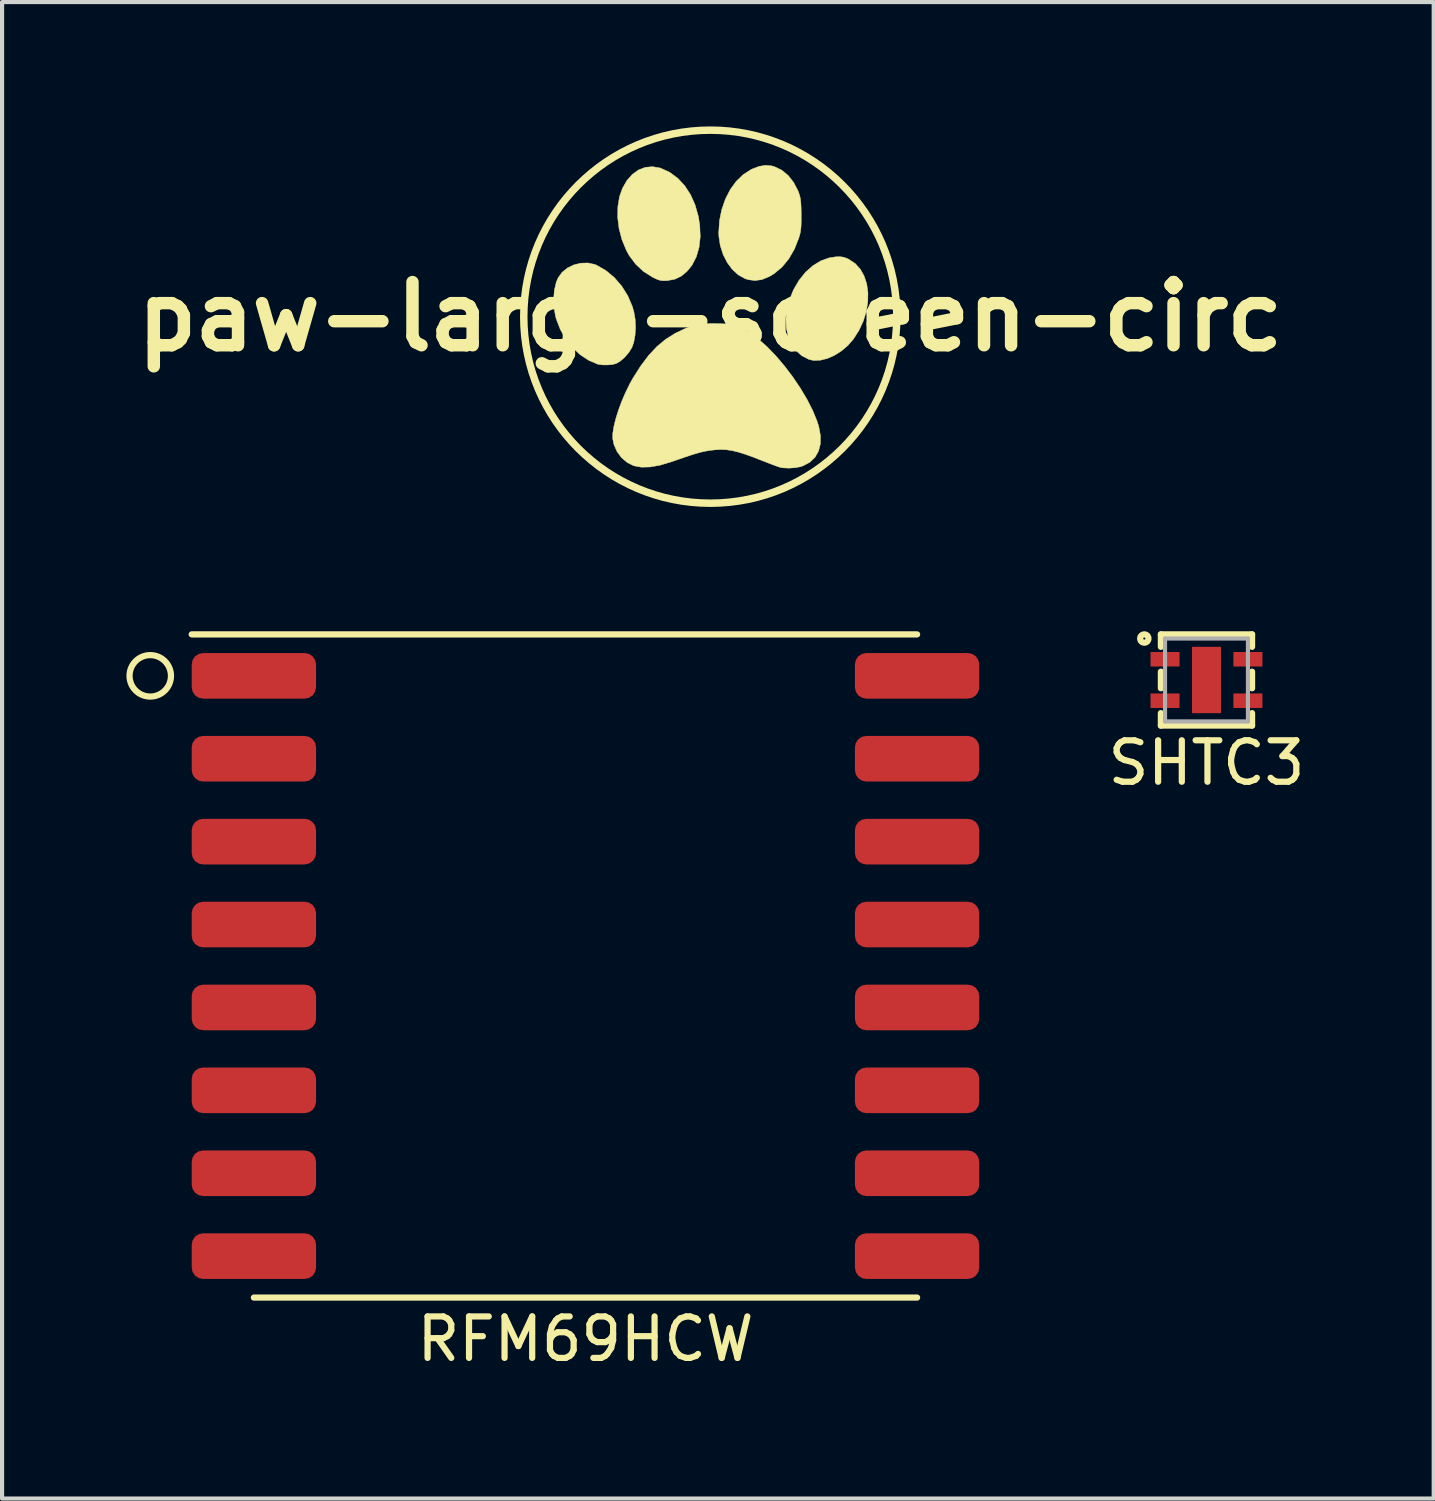
<source format=kicad_pcb>
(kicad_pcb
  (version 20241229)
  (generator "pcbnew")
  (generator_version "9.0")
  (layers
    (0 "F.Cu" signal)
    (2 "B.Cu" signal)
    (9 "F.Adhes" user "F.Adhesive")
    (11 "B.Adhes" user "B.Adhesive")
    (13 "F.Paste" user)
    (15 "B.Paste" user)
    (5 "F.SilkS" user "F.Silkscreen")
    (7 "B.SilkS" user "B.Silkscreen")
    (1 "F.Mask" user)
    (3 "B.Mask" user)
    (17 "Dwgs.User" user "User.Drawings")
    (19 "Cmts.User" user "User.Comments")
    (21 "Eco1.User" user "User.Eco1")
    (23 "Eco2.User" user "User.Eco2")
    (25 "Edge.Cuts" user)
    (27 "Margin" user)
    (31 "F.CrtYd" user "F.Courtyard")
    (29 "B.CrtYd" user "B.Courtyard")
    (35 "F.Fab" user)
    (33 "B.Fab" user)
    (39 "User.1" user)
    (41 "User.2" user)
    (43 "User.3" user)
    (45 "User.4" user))
  (footprint "paw-large-screen-circ"
    (layer "F.Cu")
    (at 14.086 4.59)
    (property "Reference" "paw-large-screen-circ" (at 0 0 0) (layer "F.SilkS") (effects (font (size 1.524 1.524) (thickness 0.3))))
    (attr through_hole)
    (fp_circle (center 0 0) (end -4.5 0) (stroke (width 0.18) (type solid)) (fill no) (layer "F.SilkS"))
    (fp_poly (pts (xy 3.215 -1.435) (xy 3.294 -1.407) (xy 3.339 -1.386) (xy 3.495 -1.283) (xy 3.62 -1.145) (xy 3.713 -0.978) (xy 3.775 -0.787) (xy 3.804 -0.578) (xy 3.8 -0.357) (xy 3.764 -0.129) (xy 3.694 0.101) (xy 3.59 0.326) (xy 3.454 0.54) (xy 3.32 0.694) (xy 3.164 0.827) (xy 2.996 0.933) (xy 2.823 1.009) (xy 2.653 1.051) (xy 2.494 1.057) (xy 2.38 1.031) (xy 2.208 0.943) (xy 2.066 0.817) (xy 1.956 0.66) (xy 1.879 0.477) (xy 1.835 0.271) (xy 1.826 0.048) (xy 1.853 -0.186) (xy 1.918 -0.428) (xy 2.007 -0.648) (xy 2.139 -0.875) (xy 2.295 -1.07) (xy 2.472 -1.228) (xy 2.664 -1.346) (xy 2.868 -1.419) (xy 3.029 -1.444) (xy 3.135 -1.446) (xy 3.215 -1.435)) (stroke (width 0.01) (type solid)) (fill yes) (layer "F.SilkS"))
    (fp_poly (pts (xy -1.213 -3.588) (xy -1.195 -3.582) (xy -0.979 -3.483) (xy -0.786 -3.341) (xy -0.617 -3.16) (xy -0.476 -2.943) (xy -0.366 -2.696) (xy -0.288 -2.42) (xy -0.254 -2.205) (xy -0.242 -1.931) (xy -0.27 -1.676) (xy -0.336 -1.446) (xy -0.439 -1.244) (xy -0.556 -1.099) (xy -0.698 -0.979) (xy -0.854 -0.904) (xy -1.032 -0.871) (xy -1.041 -0.87) (xy -1.128 -0.867) (xy -1.196 -0.873) (xy -1.264 -0.893) (xy -1.349 -0.931) (xy -1.396 -0.955) (xy -1.613 -1.092) (xy -1.802 -1.269) (xy -1.96 -1.481) (xy -2.025 -1.6) (xy -2.131 -1.858) (xy -2.201 -2.125) (xy -2.234 -2.393) (xy -2.23 -2.653) (xy -2.19 -2.896) (xy -2.12 -3.095) (xy -2.012 -3.284) (xy -1.881 -3.433) (xy -1.732 -3.54) (xy -1.568 -3.603) (xy -1.394 -3.619) (xy -1.213 -3.588)) (stroke (width 0.01) (type solid)) (fill yes) (layer "F.SilkS"))
    (fp_poly (pts (xy -2.788 -1.261) (xy -2.746 -1.244) (xy -2.519 -1.114) (xy -2.314 -0.943) (xy -2.136 -0.737) (xy -1.99 -0.503) (xy -1.881 -0.248) (xy -1.841 -0.108) (xy -1.811 0.071) (xy -1.803 0.262) (xy -1.815 0.45) (xy -1.846 0.619) (xy -1.889 0.74) (xy -1.964 0.863) (xy -2.065 0.98) (xy -2.176 1.076) (xy -2.274 1.132) (xy -2.359 1.154) (xy -2.472 1.164) (xy -2.59 1.164) (xy -2.693 1.151) (xy -2.718 1.145) (xy -2.936 1.052) (xy -3.141 0.916) (xy -3.327 0.741) (xy -3.489 0.536) (xy -3.62 0.305) (xy -3.716 0.056) (xy -3.734 -0.01) (xy -3.77 -0.219) (xy -3.779 -0.433) (xy -3.761 -0.641) (xy -3.717 -0.827) (xy -3.671 -0.938) (xy -3.576 -1.07) (xy -3.446 -1.175) (xy -3.292 -1.25) (xy -3.124 -1.291) (xy -2.952 -1.296) (xy -2.788 -1.261)) (stroke (width 0.01) (type solid)) (fill yes) (layer "F.SilkS"))
    (fp_poly (pts (xy 1.484 -3.638) (xy 1.547 -3.62) (xy 1.723 -3.536) (xy 1.879 -3.407) (xy 2.011 -3.239) (xy 2.116 -3.037) (xy 2.137 -2.982) (xy 2.16 -2.912) (xy 2.175 -2.838) (xy 2.185 -2.75) (xy 2.191 -2.637) (xy 2.194 -2.485) (xy 2.194 -2.464) (xy 2.194 -2.309) (xy 2.191 -2.193) (xy 2.183 -2.101) (xy 2.17 -2.021) (xy 2.149 -1.941) (xy 2.138 -1.905) (xy 2.032 -1.634) (xy 1.895 -1.397) (xy 1.73 -1.196) (xy 1.539 -1.037) (xy 1.427 -0.969) (xy 1.249 -0.896) (xy 1.081 -0.871) (xy 0.915 -0.893) (xy 0.838 -0.918) (xy 0.676 -1.008) (xy 0.531 -1.14) (xy 0.408 -1.307) (xy 0.31 -1.5) (xy 0.241 -1.714) (xy 0.207 -1.939) (xy 0.204 -2.032) (xy 0.222 -2.316) (xy 0.277 -2.587) (xy 0.365 -2.839) (xy 0.482 -3.068) (xy 0.626 -3.266) (xy 0.795 -3.429) (xy 0.984 -3.55) (xy 1.006 -3.561) (xy 1.179 -3.627) (xy 1.335 -3.652) (xy 1.484 -3.638)) (stroke (width 0.01) (type solid)) (fill yes) (layer "F.SilkS"))
    (fp_poly (pts (xy 0.102 0.166) (xy 0.288 0.17) (xy 0.437 0.182) (xy 0.564 0.206) (xy 0.682 0.246) (xy 0.804 0.305) (xy 0.945 0.388) (xy 0.963 0.399) (xy 1.164 0.543) (xy 1.373 0.729) (xy 1.584 0.947) (xy 1.791 1.191) (xy 1.989 1.452) (xy 2.172 1.723) (xy 2.335 1.997) (xy 2.471 2.264) (xy 2.575 2.517) (xy 2.618 2.654) (xy 2.658 2.872) (xy 2.656 3.07) (xy 2.611 3.244) (xy 2.527 3.392) (xy 2.403 3.511) (xy 2.242 3.597) (xy 2.176 3.62) (xy 2.049 3.644) (xy 1.899 3.654) (xy 1.754 3.647) (xy 1.702 3.639) (xy 1.657 3.626) (xy 1.575 3.597) (xy 1.465 3.556) (xy 1.339 3.507) (xy 1.27 3.48) (xy 1.036 3.389) (xy 0.839 3.318) (xy 0.672 3.266) (xy 0.525 3.231) (xy 0.392 3.211) (xy 0.264 3.205) (xy 0.132 3.211) (xy 0.012 3.224) (xy -0.071 3.237) (xy -0.152 3.252) (xy -0.24 3.273) (xy -0.341 3.301) (xy -0.462 3.339) (xy -0.611 3.388) (xy -0.795 3.452) (xy -0.953 3.506) (xy -1.215 3.584) (xy -1.453 3.626) (xy -1.662 3.631) (xy -1.839 3.599) (xy -1.848 3.596) (xy -2.004 3.519) (xy -2.141 3.402) (xy -2.25 3.254) (xy -2.324 3.087) (xy -2.354 2.943) (xy -2.352 2.813) (xy -2.326 2.649) (xy -2.279 2.459) (xy -2.214 2.251) (xy -2.133 2.034) (xy -2.039 1.817) (xy -1.936 1.609) (xy -1.867 1.485) (xy -1.677 1.186) (xy -1.486 0.933) (xy -1.287 0.72) (xy -1.075 0.544) (xy -0.844 0.399) (xy -0.589 0.279) (xy -0.445 0.226) (xy -0.366 0.201) (xy -0.294 0.184) (xy -0.214 0.174) (xy -0.115 0.168) (xy 0.016 0.166) (xy 0.102 0.166)) (stroke (width 0.01) (type solid)) (fill yes) (layer "F.SilkS")))
  (footprint "RFM69HCW"
    (layer "F.Cu")
    (at 11.075 20.255)
    (property "Reference" "RFM69HCW" (at 0 9 0) (layer "F.SilkS") (effects (font (size 1 1) (thickness 0.15))))
    (attr through_hole)
    (fp_line (start -9.5 -8) (end 8 -8) (stroke (width 0.15) (type solid)) (layer "F.SilkS"))
    (fp_line (start 8 8) (end -8 8) (stroke (width 0.15) (type solid)) (layer "F.SilkS"))
    (fp_circle (center -10.5 -7) (end -10 -7) (stroke (width 0.15) (type solid)) (fill no) (layer "F.SilkS"))
    (pad "1" smd roundrect (at -8 -7) (size 3 1.1) (layers "F.Cu" "F.Mask" "F.Paste") (roundrect_rratio 0.25))
    (pad "2" smd roundrect (at -8 -5) (size 3 1.1) (layers "F.Cu" "F.Mask" "F.Paste") (roundrect_rratio 0.25))
    (pad "3" smd roundrect (at -8 -3) (size 3 1.1) (layers "F.Cu" "F.Mask" "F.Paste") (roundrect_rratio 0.25))
    (pad "4" smd roundrect (at -8 -1) (size 3 1.1) (layers "F.Cu" "F.Mask" "F.Paste") (roundrect_rratio 0.25))
    (pad "5" smd roundrect (at -8 1) (size 3 1.1) (layers "F.Cu" "F.Mask" "F.Paste") (roundrect_rratio 0.25))
    (pad "6" smd roundrect (at -8 3) (size 3 1.1) (layers "F.Cu" "F.Mask" "F.Paste") (roundrect_rratio 0.25))
    (pad "7" smd roundrect (at -8 5) (size 3 1.1) (layers "F.Cu" "F.Mask" "F.Paste") (roundrect_rratio 0.25))
    (pad "8" smd roundrect (at -8 7) (size 3 1.1) (layers "F.Cu" "F.Mask" "F.Paste") (roundrect_rratio 0.25))
    (pad "9" smd roundrect (at 8 7) (size 3 1.1) (layers "F.Cu" "F.Mask" "F.Paste") (roundrect_rratio 0.25))
    (pad "10" smd roundrect (at 8 5) (size 3 1.1) (layers "F.Cu" "F.Mask" "F.Paste") (roundrect_rratio 0.25))
    (pad "11" smd roundrect (at 8 3) (size 3 1.1) (layers "F.Cu" "F.Mask" "F.Paste") (roundrect_rratio 0.25))
    (pad "12" smd roundrect (at 8 1) (size 3 1.1) (layers "F.Cu" "F.Mask" "F.Paste") (roundrect_rratio 0.25))
    (pad "13" smd roundrect (at 8 -1) (size 3 1.1) (layers "F.Cu" "F.Mask" "F.Paste") (roundrect_rratio 0.25))
    (pad "14" smd roundrect (at 8 -3) (size 3 1.1) (layers "F.Cu" "F.Mask" "F.Paste") (roundrect_rratio 0.25))
    (pad "15" smd roundrect (at 8 -5) (size 3 1.1) (layers "F.Cu" "F.Mask" "F.Paste") (roundrect_rratio 0.25))
    (pad "16" smd roundrect (at 8 -7) (size 3 1.1) (layers "F.Cu" "F.Mask" "F.Paste") (roundrect_rratio 0.25)))
  (footprint "SHTC3"
    (layer "F.Cu")
    (at 26.057 13.355)
    (property "Reference" "SHTC3" (at 0 2 180) (layer "F.SilkS") (effects (font (size 1 1) (thickness 0.15))))
    (attr through_hole)
    (fp_line (start -1.1 -1.1) (end 1.1 -1.1) (stroke (width 0.15) (type solid)) (layer "F.SilkS"))
    (fp_line (start -1.1 -0.8) (end -1.1 -1.1) (stroke (width 0.15) (type solid)) (layer "F.SilkS"))
    (fp_line (start -1.1 0.2) (end -1.1 -0.2) (stroke (width 0.15) (type solid)) (layer "F.SilkS"))
    (fp_line (start -1.1 0.8) (end -1.1 1.1) (stroke (width 0.15) (type solid)) (layer "F.SilkS"))
    (fp_line (start -1.1 1.1) (end 1.1 1.1) (stroke (width 0.15) (type solid)) (layer "F.SilkS"))
    (fp_line (start 1.1 -1.1) (end 1.1 -0.8) (stroke (width 0.15) (type solid)) (layer "F.SilkS"))
    (fp_line (start 1.1 0.2) (end 1.1 -0.2) (stroke (width 0.15) (type solid)) (layer "F.SilkS"))
    (fp_line (start 1.1 1.1) (end 1.1 0.8) (stroke (width 0.15) (type solid)) (layer "F.SilkS"))
    (fp_circle (center -1.5 -1) (end -1.5 -1.1) (stroke (width 0.15) (type solid)) (fill no) (layer "F.SilkS"))
    (fp_line (start -1 -1) (end 1 -1) (stroke (width 0.1) (type solid)) (layer "F.Fab"))
    (fp_line (start -1 1) (end -1 -1) (stroke (width 0.1) (type solid)) (layer "F.Fab"))
    (fp_line (start 1 -1) (end 1 1) (stroke (width 0.1) (type solid)) (layer "F.Fab"))
    (fp_line (start 1 1) (end -1 1) (stroke (width 0.1) (type solid)) (layer "F.Fab"))
    (pad "1" smd rect (at -1 -0.5 90) (size 0.35 0.7) (layers "F.Cu" "F.Mask" "F.Paste"))
    (pad "2" smd rect (at -1 0.5 90) (size 0.35 0.7) (layers "F.Cu" "F.Mask" "F.Paste"))
    (pad "3" smd rect (at 1 0.5 90) (size 0.35 0.7) (layers "F.Cu" "F.Mask" "F.Paste"))
    (pad "4" smd rect (at 1 -0.5 90) (size 0.35 0.7) (layers "F.Cu" "F.Mask" "F.Paste"))
    (pad "5" smd rect (at 0 0 90) (size 1.6 0.7) (layers "F.Cu" "F.Mask" "F.Paste")))
  (gr_rect
    (start -3 -3)
    (end 31.539 33.103)
    (stroke (width 0.1) (type default))
    (fill no)
    (layer "Edge.Cuts")))
</source>
